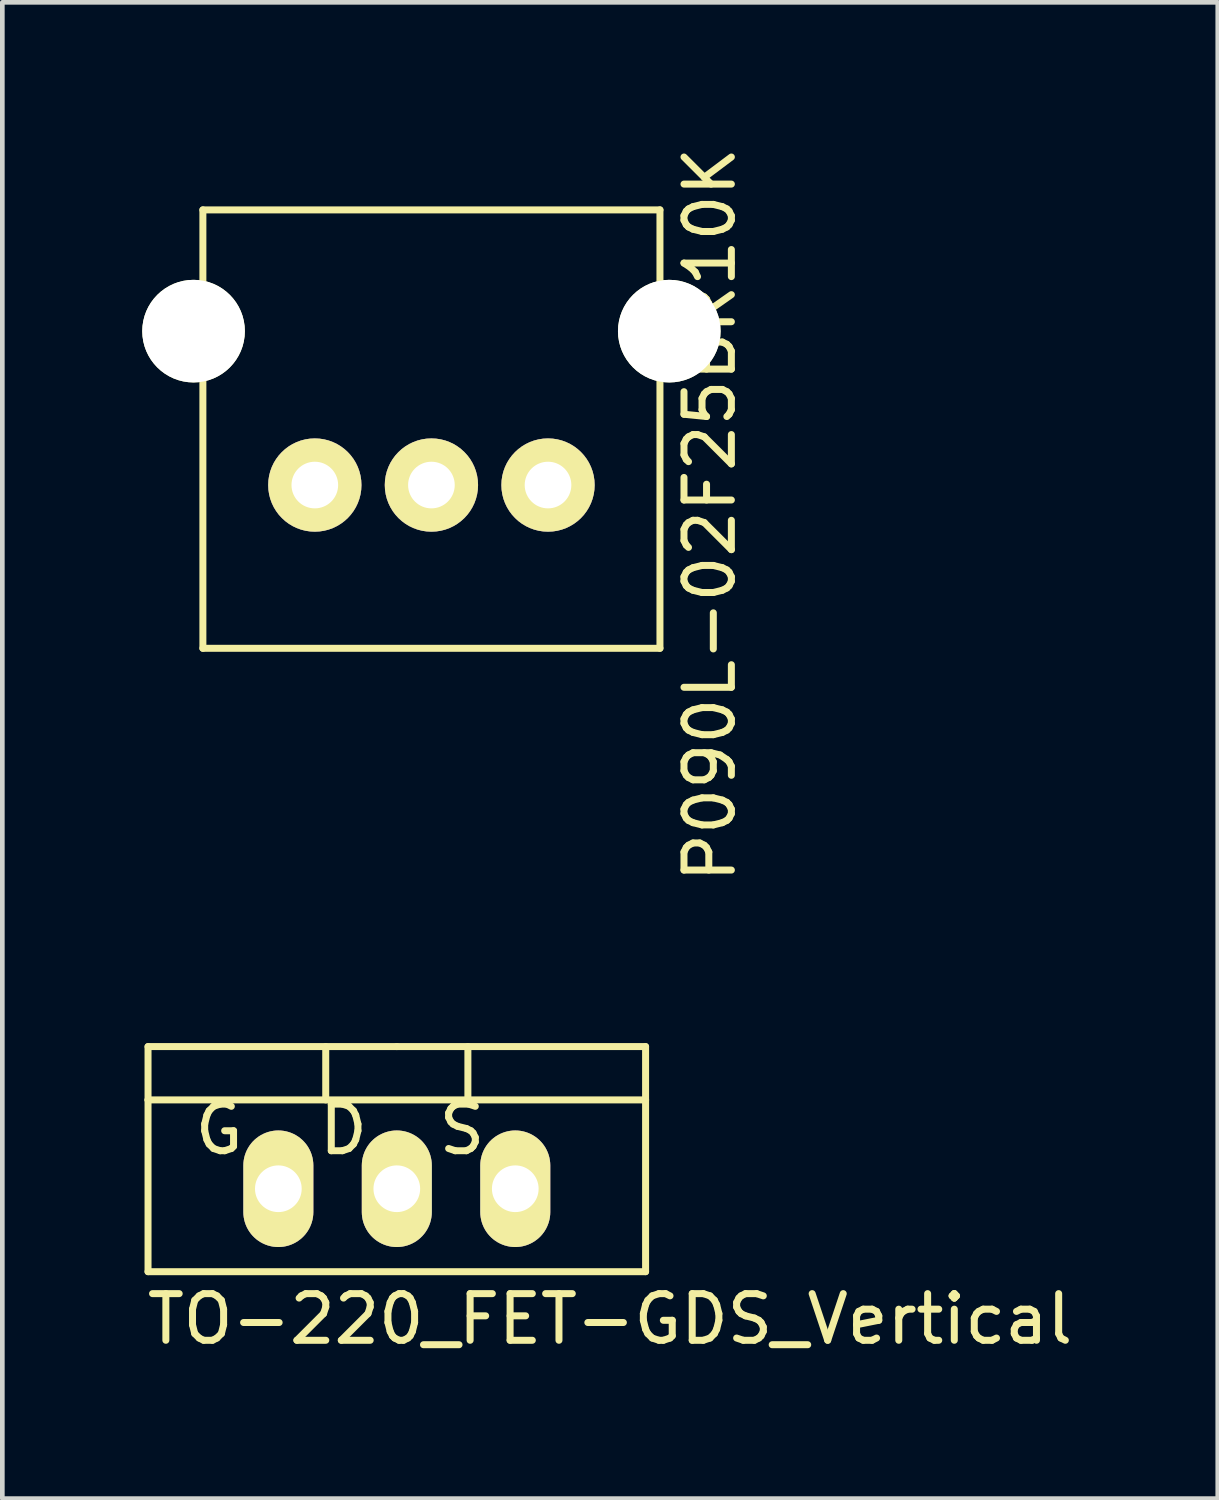
<source format=kicad_pcb>
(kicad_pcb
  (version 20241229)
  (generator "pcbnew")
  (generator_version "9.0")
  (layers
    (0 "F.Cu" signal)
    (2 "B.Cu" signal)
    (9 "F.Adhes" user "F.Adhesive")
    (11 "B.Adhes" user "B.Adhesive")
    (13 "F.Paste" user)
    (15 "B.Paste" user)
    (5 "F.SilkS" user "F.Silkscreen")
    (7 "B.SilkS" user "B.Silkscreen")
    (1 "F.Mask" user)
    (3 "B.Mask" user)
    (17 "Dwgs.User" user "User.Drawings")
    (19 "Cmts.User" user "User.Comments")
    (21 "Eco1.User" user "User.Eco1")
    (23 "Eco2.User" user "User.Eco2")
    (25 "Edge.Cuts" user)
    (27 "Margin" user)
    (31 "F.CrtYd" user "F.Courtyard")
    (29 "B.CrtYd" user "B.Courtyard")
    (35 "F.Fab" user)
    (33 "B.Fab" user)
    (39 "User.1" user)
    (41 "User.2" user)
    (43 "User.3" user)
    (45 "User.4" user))
  (footprint "P090L-02F25BR10K"
    (layer "F.Cu")
    (at 6.2 7.35)
    (property "Reference" "P090L-02F25BR10K" (at 5.969 0.635 90) (layer "F.SilkS") (effects (font (size 1.016 1.016) (thickness 0.15))))
    (attr through_hole)
    (fp_line (start -4.9 -5.9) (end -4.9 3.5) (stroke (width 0.15) (type solid)) (layer "F.SilkS"))
    (fp_line (start -4.9 -5.9) (end 4.9 -5.9) (stroke (width 0.15) (type solid)) (layer "F.SilkS"))
    (fp_line (start -4.9 3.5) (end 4.9 3.5) (stroke (width 0.15) (type solid)) (layer "F.SilkS"))
    (fp_line (start 4.9 -5.9) (end 4.9 3.5) (stroke (width 0.15) (type solid)) (layer "F.SilkS"))
    (fp_line (start -1.778 3.556) (end -1.778 8.89) (stroke (width 0.15) (type solid)) (layer "Eco1.User"))
    (fp_line (start -1.778 8.89) (end 2.54 8.89) (stroke (width 0.15) (type solid)) (layer "Eco1.User"))
    (fp_line (start 2.54 8.89) (end 2.54 3.556) (stroke (width 0.15) (type solid)) (layer "Eco1.User"))
    (pad "" np_thru_hole circle (at -5.1 -3.3) (size 2.2 2.2) (drill 2.2) (layers "*.Cu" "*.Mask" "F.SilkS"))
    (pad "" np_thru_hole circle (at 5.1 -3.3) (size 2.2 2.2) (drill 2.2) (layers "*.Cu" "*.Mask" "F.SilkS"))
    (pad "1" thru_hole circle (at -2.5 0) (size 2 2) (drill 1) (layers "*.Cu" "*.Mask" "F.SilkS"))
    (pad "2" thru_hole circle (at 0 0) (size 2 2) (drill 1) (layers "*.Cu" "*.Mask" "F.SilkS"))
    (pad "3" thru_hole circle (at 2.5 0) (size 2 2) (drill 1) (layers "*.Cu" "*.Mask" "F.SilkS")))
  (footprint "TO-220_FET-GDS_Vertical"
    (layer "F.Cu")
    (at 5.458 22.438)
    (property "Reference" "TO-220_FET-GDS_Vertical" (at 4.572 2.794 0) (layer "F.SilkS") (effects (font (size 1 1) (thickness 0.15))))
    (attr through_hole)
    (fp_line (start -5.334 -1.905) (end -5.334 -3.048) (stroke (width 0.15) (type solid)) (layer "F.SilkS"))
    (fp_line (start -5.334 1.778) (end -5.334 -1.905) (stroke (width 0.15) (type solid)) (layer "F.SilkS"))
    (fp_line (start -1.524 -3.048) (end -1.524 -1.905) (stroke (width 0.15) (type solid)) (layer "F.SilkS"))
    (fp_line (start 0 -3.048) (end -5.334 -3.048) (stroke (width 0.15) (type solid)) (layer "F.SilkS"))
    (fp_line (start 0 -3.048) (end 5.334 -3.048) (stroke (width 0.15) (type solid)) (layer "F.SilkS"))
    (fp_line (start 1.524 -3.048) (end 1.524 -1.905) (stroke (width 0.15) (type solid)) (layer "F.SilkS"))
    (fp_line (start 5.334 -3.048) (end 5.334 -1.905) (stroke (width 0.15) (type solid)) (layer "F.SilkS"))
    (fp_line (start 5.334 -1.905) (end -5.334 -1.905) (stroke (width 0.15) (type solid)) (layer "F.SilkS"))
    (fp_line (start 5.334 -1.905) (end 5.334 1.778) (stroke (width 0.15) (type solid)) (layer "F.SilkS"))
    (fp_line (start 5.334 1.778) (end -5.334 1.778) (stroke (width 0.15) (type solid)) (layer "F.SilkS"))
    (fp_text user "D" (at -1.143 -1.27 0) (layer "F.SilkS") (effects (font (size 1 1) (thickness 0.15))))
    (fp_text user "G" (at -3.81 -1.27 0) (layer "F.SilkS") (effects (font (size 1 1) (thickness 0.15))))
    (fp_text user "S" (at 1.397 -1.27 0) (layer "F.SilkS") (effects (font (size 1 1) (thickness 0.15))))
    (pad "D" thru_hole oval (at 0 0 90) (size 2.499 1.501) (drill 1.001) (layers "*.Cu" "*.Mask" "F.SilkS"))
    (pad "G" thru_hole oval (at -2.54 0 90) (size 2.499 1.501) (drill 1.001) (layers "*.Cu" "*.Mask" "F.SilkS"))
    (pad "S" thru_hole oval (at 2.54 0 90) (size 2.499 1.501) (drill 1.001) (layers "*.Cu" "*.Mask" "F.SilkS")))
  (gr_rect
    (start -3 -3)
    (end 23.06 29.081)
    (stroke (width 0.1) (type default))
    (fill no)
    (layer "Edge.Cuts")))
</source>
